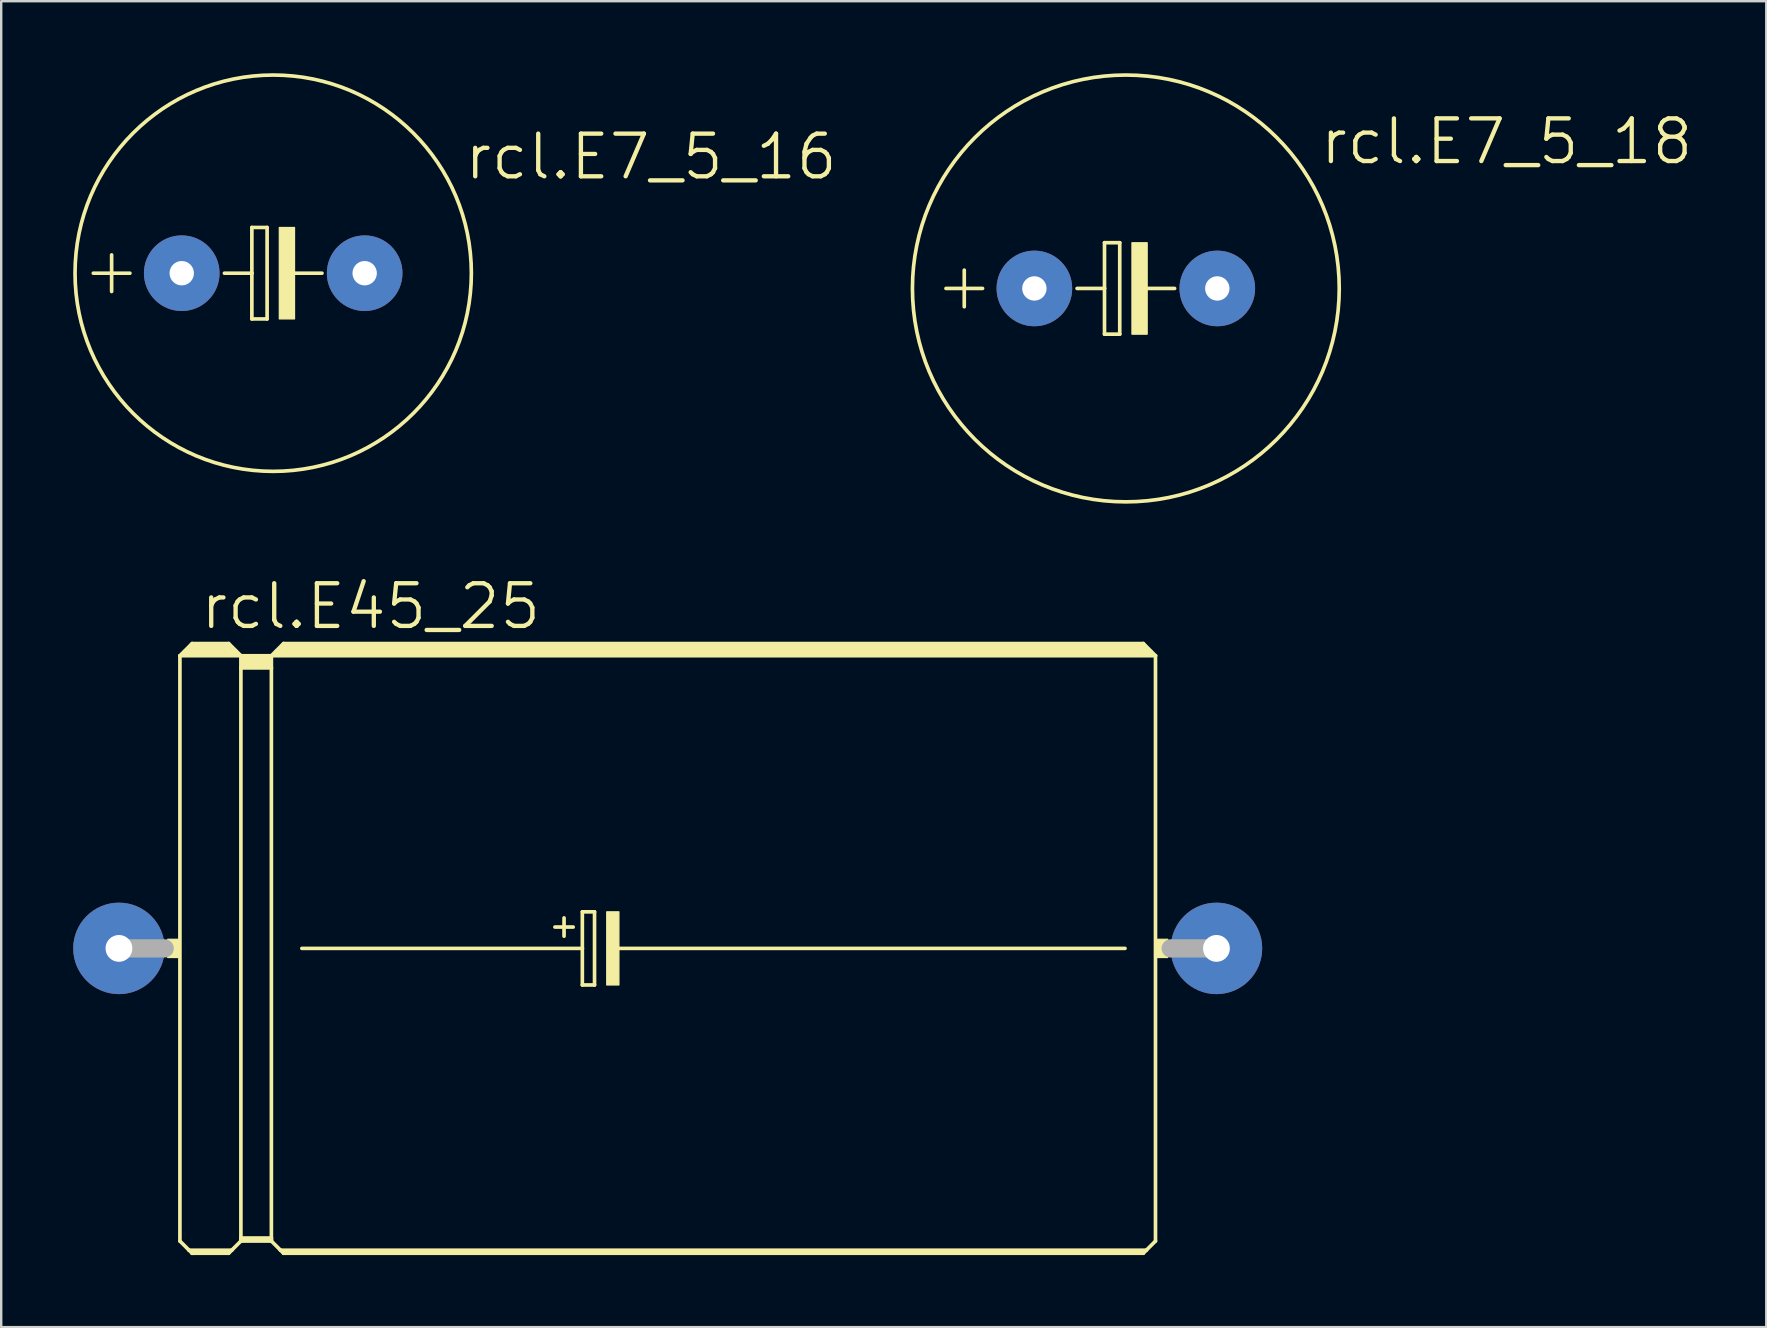
<source format=kicad_pcb>
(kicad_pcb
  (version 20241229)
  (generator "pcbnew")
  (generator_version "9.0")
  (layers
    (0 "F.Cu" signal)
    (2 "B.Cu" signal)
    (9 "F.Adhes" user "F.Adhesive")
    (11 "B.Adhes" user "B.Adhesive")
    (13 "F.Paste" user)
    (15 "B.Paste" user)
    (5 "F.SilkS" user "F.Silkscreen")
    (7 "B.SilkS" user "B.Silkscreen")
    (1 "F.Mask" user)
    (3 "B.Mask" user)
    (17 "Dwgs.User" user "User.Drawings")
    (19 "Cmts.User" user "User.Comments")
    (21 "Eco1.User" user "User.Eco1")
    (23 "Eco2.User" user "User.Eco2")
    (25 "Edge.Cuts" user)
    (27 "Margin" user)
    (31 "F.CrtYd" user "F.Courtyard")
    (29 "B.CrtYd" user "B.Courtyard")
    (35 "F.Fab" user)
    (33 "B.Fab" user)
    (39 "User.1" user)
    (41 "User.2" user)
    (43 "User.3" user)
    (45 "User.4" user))
  (footprint "rcl.E7_5_16"
    (layer "F.Cu")
    (at 8.331 8.331)
    (property "Reference" "rcl.E7_5_16" (at 7.874 -3.81 0) (layer "F.SilkS") (effects (font (size 1.778 1.778) (thickness 0.18)) (justify left bottom)))
    (attr through_hole)
    (fp_line (start -7.493 0) (end -5.969 0) (stroke (width 0.152) (type default)) (layer "F.SilkS"))
    (fp_line (start -6.731 0.762) (end -6.731 -0.762) (stroke (width 0.152) (type default)) (layer "F.SilkS"))
    (fp_line (start -0.889 -1.905) (end -0.889 0) (stroke (width 0.152) (type default)) (layer "F.SilkS"))
    (fp_line (start -0.889 0) (end -2.032 0) (stroke (width 0.152) (type default)) (layer "F.SilkS"))
    (fp_line (start -0.889 0) (end -0.889 1.905) (stroke (width 0.152) (type default)) (layer "F.SilkS"))
    (fp_line (start -0.889 1.905) (end -0.254 1.905) (stroke (width 0.152) (type default)) (layer "F.SilkS"))
    (fp_line (start -0.254 -1.905) (end -0.889 -1.905) (stroke (width 0.152) (type default)) (layer "F.SilkS"))
    (fp_line (start -0.254 1.905) (end -0.254 -1.905) (stroke (width 0.152) (type default)) (layer "F.SilkS"))
    (fp_line (start 0.635 0) (end 2.032 0) (stroke (width 0.152) (type default)) (layer "F.SilkS"))
    (fp_rect (start 0.254 1.905) (end 0.889 -1.905) (stroke (width 0.05) (type default)) (fill yes) (layer "F.SilkS"))
    (fp_circle (center 0 0) (end 8.255 0) (stroke (width 0.152) (type default)) (fill no) (layer "F.SilkS"))
    (pad "+" thru_hole circle (at -3.81 0) (size 3.15 3.15) (drill 1.016) (layers "*.Cu" "*.Mask"))
    (pad "-" thru_hole circle (at 3.81 0) (size 3.15 3.15) (drill 1.016) (layers "*.Cu" "*.Mask")))
  (footprint "rcl.E45_25"
    (layer "F.Cu")
    (at 24.765 36.458)
    (property "Reference" "rcl.E45_25" (at -19.558 -13.208 0) (layer "F.SilkS") (effects (font (size 1.778 1.778) (thickness 0.18)) (justify left bottom)))
    (attr through_hole)
    (fp_line (start -20.32 -12.192) (end -20.32 12.192) (stroke (width 0.152) (type default)) (layer "F.SilkS"))
    (fp_line (start -20.32 -12.192) (end -19.812 -12.7) (stroke (width 0.152) (type default)) (layer "F.SilkS"))
    (fp_line (start -20.32 -12.192) (end -17.78 -12.192) (stroke (width 0.152) (type default)) (layer "F.SilkS"))
    (fp_line (start -20.32 12.192) (end -19.939 12.573) (stroke (width 0.152) (type default)) (layer "F.SilkS"))
    (fp_line (start -20.066 -12.319) (end -18.034 -12.319) (stroke (width 0.305) (type default)) (layer "F.SilkS"))
    (fp_line (start -19.939 12.573) (end -19.812 12.7) (stroke (width 0.152) (type default)) (layer "F.SilkS"))
    (fp_line (start -19.939 12.573) (end -18.161 12.573) (stroke (width 0.152) (type default)) (layer "F.SilkS"))
    (fp_line (start -19.812 -12.7) (end -18.288 -12.7) (stroke (width 0.152) (type default)) (layer "F.SilkS"))
    (fp_line (start -19.812 -12.573) (end -18.288 -12.573) (stroke (width 0.305) (type default)) (layer "F.SilkS"))
    (fp_line (start -19.812 12.649) (end -18.288 12.649) (stroke (width 0.152) (type default)) (layer "F.SilkS"))
    (fp_line (start -19.812 12.7) (end -19.812 12.649) (stroke (width 0.152) (type default)) (layer "F.SilkS"))
    (fp_line (start -19.812 12.7) (end -18.288 12.7) (stroke (width 0.152) (type default)) (layer "F.SilkS"))
    (fp_line (start -18.288 -12.7) (end -17.78 -12.192) (stroke (width 0.152) (type default)) (layer "F.SilkS"))
    (fp_line (start -18.288 12.7) (end -18.161 12.573) (stroke (width 0.152) (type default)) (layer "F.SilkS"))
    (fp_line (start -18.161 12.573) (end -17.78 12.192) (stroke (width 0.152) (type default)) (layer "F.SilkS"))
    (fp_line (start -17.78 -12.192) (end -16.51 -12.192) (stroke (width 0.152) (type default)) (layer "F.SilkS"))
    (fp_line (start -17.78 -11.684) (end -17.78 -12.192) (stroke (width 0.152) (type default)) (layer "F.SilkS"))
    (fp_line (start -17.78 -11.684) (end -16.51 -11.684) (stroke (width 0.152) (type default)) (layer "F.SilkS"))
    (fp_line (start -17.78 12.065) (end -17.78 -11.684) (stroke (width 0.152) (type default)) (layer "F.SilkS"))
    (fp_line (start -17.78 12.065) (end -16.51 12.065) (stroke (width 0.152) (type default)) (layer "F.SilkS"))
    (fp_line (start -17.78 12.141) (end -17.78 12.065) (stroke (width 0.152) (type default)) (layer "F.SilkS"))
    (fp_line (start -17.78 12.141) (end -16.51 12.141) (stroke (width 0.152) (type default)) (layer "F.SilkS"))
    (fp_line (start -17.78 12.192) (end -17.78 12.141) (stroke (width 0.152) (type default)) (layer "F.SilkS"))
    (fp_line (start -17.78 12.192) (end -16.51 12.192) (stroke (width 0.152) (type default)) (layer "F.SilkS"))
    (fp_line (start -17.653 -12.065) (end -16.637 -12.065) (stroke (width 0.305) (type default)) (layer "F.SilkS"))
    (fp_line (start -17.653 -11.811) (end -16.637 -11.811) (stroke (width 0.305) (type default)) (layer "F.SilkS"))
    (fp_line (start -16.51 -12.192) (end -16.002 -12.7) (stroke (width 0.152) (type default)) (layer "F.SilkS"))
    (fp_line (start -16.51 -12.192) (end 20.32 -12.192) (stroke (width 0.152) (type default)) (layer "F.SilkS"))
    (fp_line (start -16.51 -11.684) (end -16.51 -12.192) (stroke (width 0.152) (type default)) (layer "F.SilkS"))
    (fp_line (start -16.51 12.065) (end -16.51 -11.684) (stroke (width 0.152) (type default)) (layer "F.SilkS"))
    (fp_line (start -16.51 12.141) (end -16.51 12.065) (stroke (width 0.152) (type default)) (layer "F.SilkS"))
    (fp_line (start -16.51 12.192) (end -16.51 12.141) (stroke (width 0.152) (type default)) (layer "F.SilkS"))
    (fp_line (start -16.51 12.192) (end -16.129 12.573) (stroke (width 0.152) (type default)) (layer "F.SilkS"))
    (fp_line (start -16.256 -12.319) (end 20.066 -12.319) (stroke (width 0.305) (type default)) (layer "F.SilkS"))
    (fp_line (start -16.129 12.573) (end -16.002 12.7) (stroke (width 0.152) (type default)) (layer "F.SilkS"))
    (fp_line (start -16.129 12.573) (end 19.939 12.573) (stroke (width 0.152) (type default)) (layer "F.SilkS"))
    (fp_line (start -16.002 -12.7) (end 19.812 -12.7) (stroke (width 0.152) (type default)) (layer "F.SilkS"))
    (fp_line (start -16.002 -12.573) (end 19.812 -12.573) (stroke (width 0.305) (type default)) (layer "F.SilkS"))
    (fp_line (start -16.002 12.649) (end 19.812 12.649) (stroke (width 0.152) (type default)) (layer "F.SilkS"))
    (fp_line (start -16.002 12.7) (end -16.002 12.649) (stroke (width 0.152) (type default)) (layer "F.SilkS"))
    (fp_line (start -16.002 12.7) (end 19.812 12.7) (stroke (width 0.152) (type default)) (layer "F.SilkS"))
    (fp_line (start -15.24 0) (end -3.556 0) (stroke (width 0.152) (type default)) (layer "F.SilkS"))
    (fp_line (start -4.699 -0.889) (end -3.937 -0.889) (stroke (width 0.152) (type default)) (layer "F.SilkS"))
    (fp_line (start -4.318 -1.27) (end -4.318 -0.508) (stroke (width 0.152) (type default)) (layer "F.SilkS"))
    (fp_line (start -3.556 -1.524) (end -3.556 0) (stroke (width 0.152) (type default)) (layer "F.SilkS"))
    (fp_line (start -3.556 0) (end -3.556 1.524) (stroke (width 0.152) (type default)) (layer "F.SilkS"))
    (fp_line (start -3.556 1.524) (end -3.048 1.524) (stroke (width 0.152) (type default)) (layer "F.SilkS"))
    (fp_line (start -3.048 -1.524) (end -3.556 -1.524) (stroke (width 0.152) (type default)) (layer "F.SilkS"))
    (fp_line (start -3.048 1.524) (end -3.048 -1.524) (stroke (width 0.152) (type default)) (layer "F.SilkS"))
    (fp_line (start -2.159 0) (end 19.05 0) (stroke (width 0.152) (type default)) (layer "F.SilkS"))
    (fp_line (start 19.812 -12.7) (end 20.32 -12.192) (stroke (width 0.152) (type default)) (layer "F.SilkS"))
    (fp_line (start 19.812 12.7) (end 19.939 12.573) (stroke (width 0.152) (type default)) (layer "F.SilkS"))
    (fp_line (start 19.939 12.573) (end 20.32 12.192) (stroke (width 0.152) (type default)) (layer "F.SilkS"))
    (fp_line (start 20.32 -12.192) (end 20.32 12.192) (stroke (width 0.152) (type default)) (layer "F.SilkS"))
    (fp_rect (start -20.828 0.381) (end -20.32 -0.381) (stroke (width 0.05) (type default)) (fill yes) (layer "F.SilkS"))
    (fp_rect (start -2.54 1.524) (end -2.032 -1.524) (stroke (width 0.05) (type default)) (fill yes) (layer "F.SilkS"))
    (fp_rect (start 20.32 0.381) (end 20.828 -0.381) (stroke (width 0.05) (type default)) (fill yes) (layer "F.SilkS"))
    (fp_line (start -22.86 0) (end -20.955 0) (stroke (width 0.762) (type default)) (layer "F.Fab"))
    (fp_line (start 22.86 0) (end 20.955 0) (stroke (width 0.762) (type default)) (layer "F.Fab"))
    (pad "+" thru_hole circle (at -22.86 0) (size 3.81 3.81) (drill 1.118) (layers "*.Cu" "*.Mask"))
    (pad "-" thru_hole circle (at 22.86 0) (size 3.81 3.81) (drill 1.118) (layers "*.Cu" "*.Mask")))
  (footprint "rcl.E7_5_18"
    (layer "F.Cu")
    (at 43.85 8.966)
    (property "Reference" "rcl.E7_5_18" (at 8.001 -5.08 0) (layer "F.SilkS") (effects (font (size 1.778 1.778) (thickness 0.18)) (justify left bottom)))
    (attr through_hole)
    (fp_line (start -7.493 0) (end -5.969 0) (stroke (width 0.152) (type default)) (layer "F.SilkS"))
    (fp_line (start -6.731 0.762) (end -6.731 -0.762) (stroke (width 0.152) (type default)) (layer "F.SilkS"))
    (fp_line (start -0.889 -1.905) (end -0.889 0) (stroke (width 0.152) (type default)) (layer "F.SilkS"))
    (fp_line (start -0.889 0) (end -2.032 0) (stroke (width 0.152) (type default)) (layer "F.SilkS"))
    (fp_line (start -0.889 0) (end -0.889 1.905) (stroke (width 0.152) (type default)) (layer "F.SilkS"))
    (fp_line (start -0.889 1.905) (end -0.254 1.905) (stroke (width 0.152) (type default)) (layer "F.SilkS"))
    (fp_line (start -0.254 -1.905) (end -0.889 -1.905) (stroke (width 0.152) (type default)) (layer "F.SilkS"))
    (fp_line (start -0.254 1.905) (end -0.254 -1.905) (stroke (width 0.152) (type default)) (layer "F.SilkS"))
    (fp_line (start 0.635 0) (end 2.032 0) (stroke (width 0.152) (type default)) (layer "F.SilkS"))
    (fp_rect (start 0.254 1.905) (end 0.889 -1.905) (stroke (width 0.05) (type default)) (fill yes) (layer "F.SilkS"))
    (fp_circle (center 0 0) (end 8.89 0) (stroke (width 0.152) (type default)) (fill no) (layer "F.SilkS"))
    (pad "+" thru_hole circle (at -3.81 0) (size 3.15 3.15) (drill 1.016) (layers "*.Cu" "*.Mask"))
    (pad "-" thru_hole circle (at 3.81 0) (size 3.15 3.15) (drill 1.016) (layers "*.Cu" "*.Mask")))
  (gr_rect
    (start -3 -3)
    (end 70.529 52.235)
    (stroke (width 0.1) (type default))
    (fill no)
    (layer "Edge.Cuts")))
</source>
